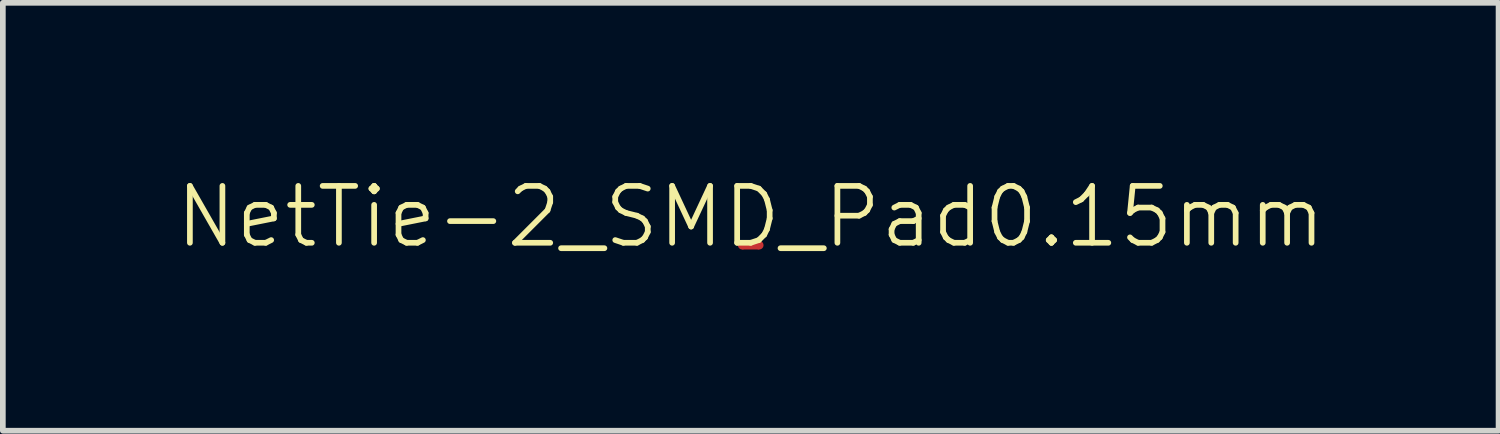
<source format=kicad_pcb>
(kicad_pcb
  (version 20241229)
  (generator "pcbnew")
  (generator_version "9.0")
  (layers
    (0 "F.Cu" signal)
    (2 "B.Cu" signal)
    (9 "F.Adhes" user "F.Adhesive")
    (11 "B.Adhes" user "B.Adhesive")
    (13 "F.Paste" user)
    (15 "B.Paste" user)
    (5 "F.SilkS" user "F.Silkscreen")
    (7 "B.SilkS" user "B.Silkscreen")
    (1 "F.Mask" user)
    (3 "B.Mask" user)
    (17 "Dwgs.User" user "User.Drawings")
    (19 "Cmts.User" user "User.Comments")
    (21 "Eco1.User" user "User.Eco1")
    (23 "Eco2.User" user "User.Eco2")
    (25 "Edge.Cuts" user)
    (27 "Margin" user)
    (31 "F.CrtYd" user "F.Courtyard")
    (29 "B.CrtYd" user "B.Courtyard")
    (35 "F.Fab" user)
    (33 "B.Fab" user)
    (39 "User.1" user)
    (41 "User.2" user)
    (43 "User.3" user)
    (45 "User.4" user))
  (footprint "NetTie-2_SMD_Pad0.15mm"
    (layer "F.Cu")
    (at 10.145 1.26)
    (property "Reference" "NetTie-2_SMD_Pad0.15mm" (at 0 -0.5 0) (unlocked yes) (layer "F.SilkS") (effects (font (size 1 1) (thickness 0.1))))
    (attr smd exclude_from_pos_files exclude_from_bom allow_missing_courtyard)
    (fp_poly (pts (xy -0.15 -0.075) (xy 0.15 -0.075) (xy 0.15 0.075) (xy -0.15 0.075)) (stroke (width 0) (type solid)) (fill yes) (layer "F.Cu"))
    (pad "1" smd circle (at -0.15 0) (size 0.15 0.15) (layers "F.Cu"))
    (pad "2" smd circle (at 0.15 0) (size 0.15 0.15) (layers "F.Cu")))
  (gr_rect
    (start -3 -3)
    (end 23.29 4.521)
    (stroke (width 0.1) (type default))
    (fill no)
    (layer "Edge.Cuts")))
</source>
